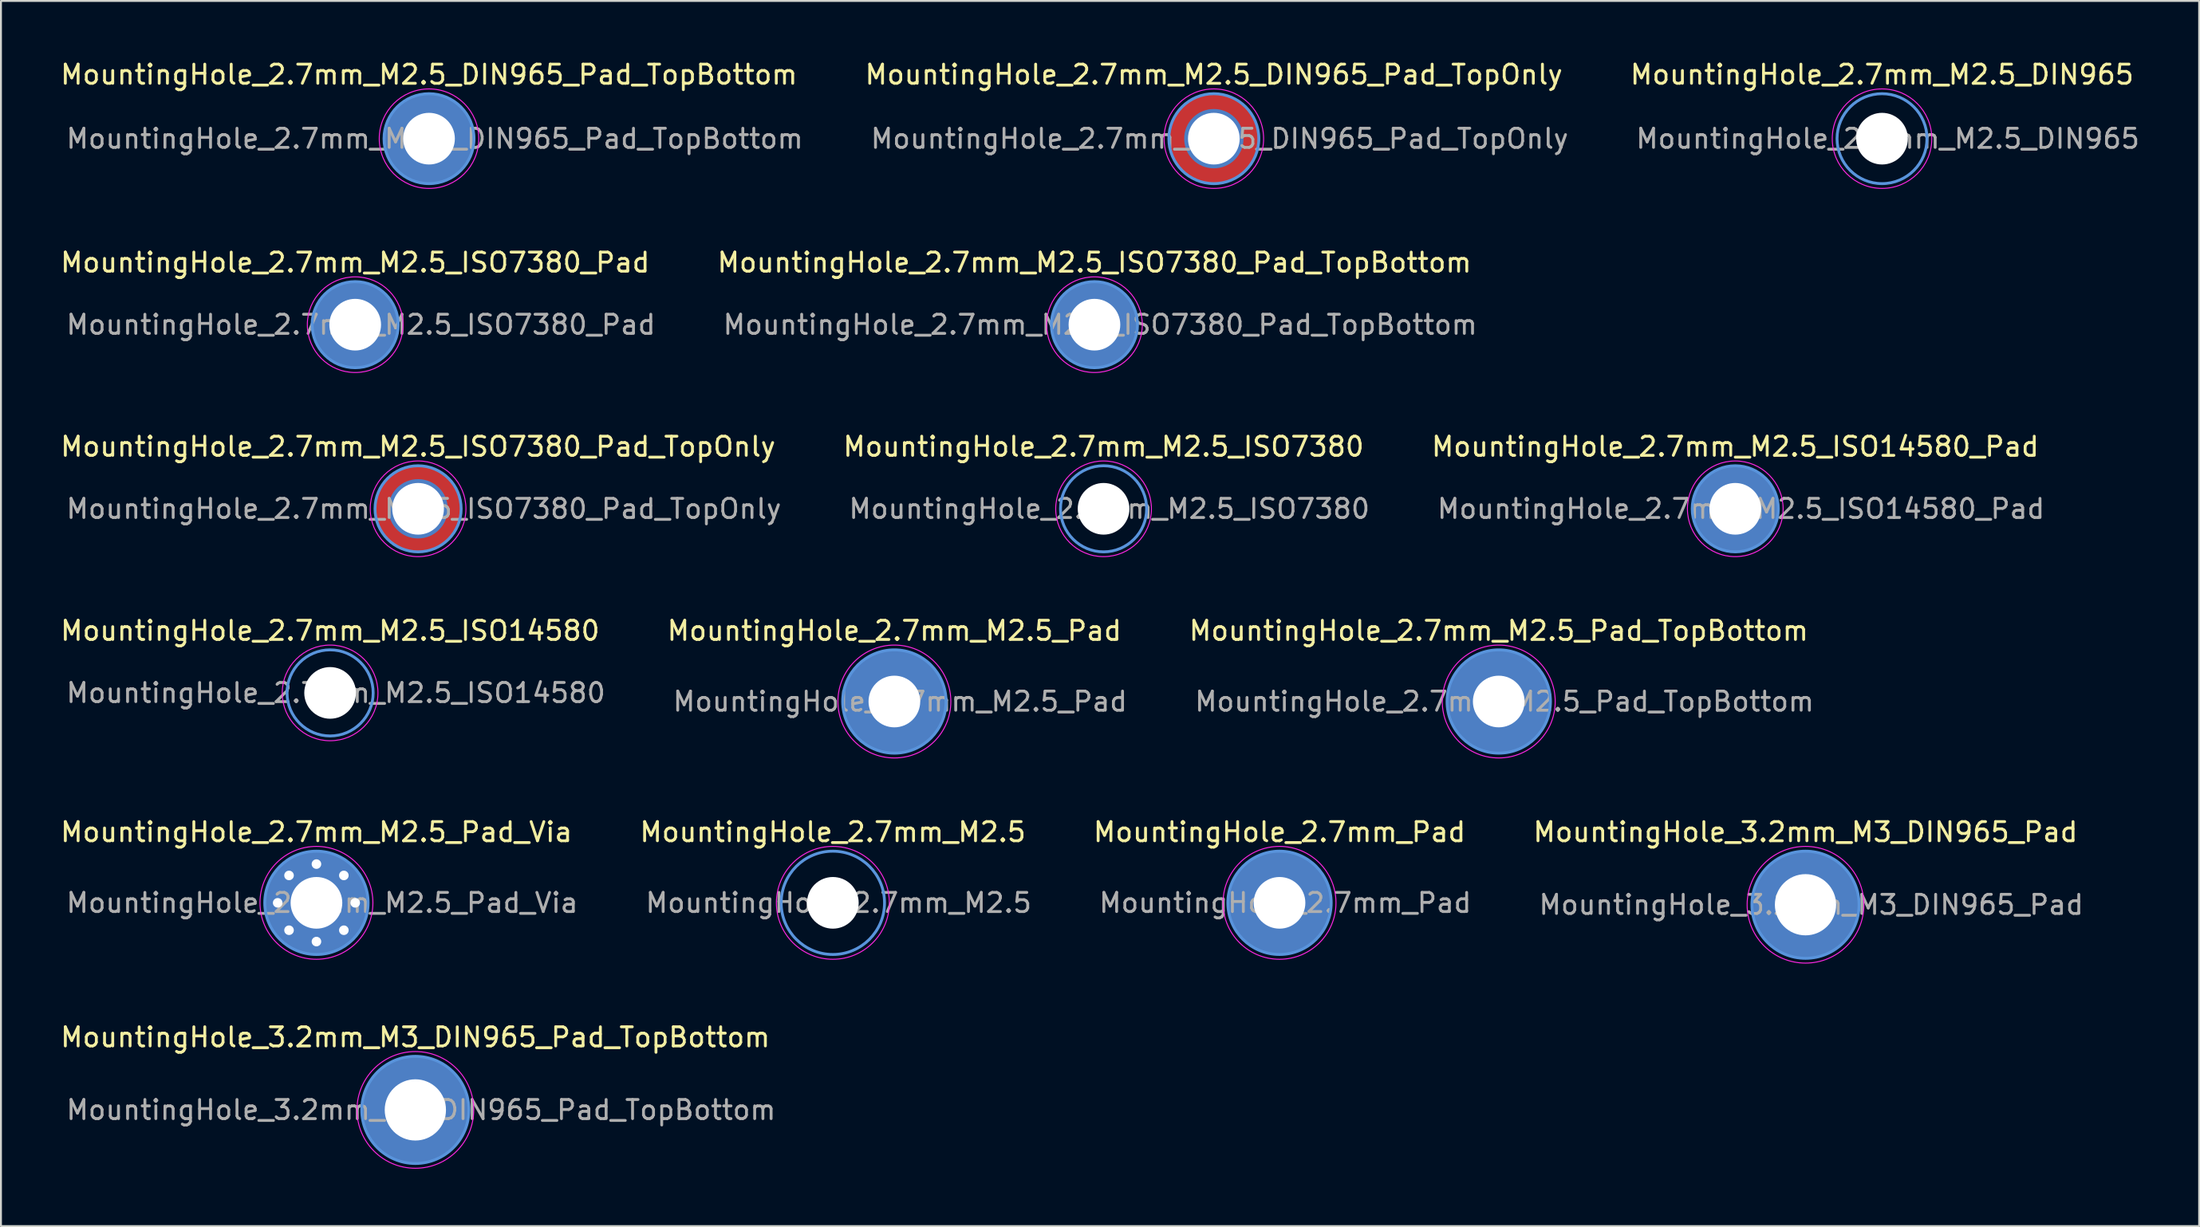
<source format=kicad_pcb>
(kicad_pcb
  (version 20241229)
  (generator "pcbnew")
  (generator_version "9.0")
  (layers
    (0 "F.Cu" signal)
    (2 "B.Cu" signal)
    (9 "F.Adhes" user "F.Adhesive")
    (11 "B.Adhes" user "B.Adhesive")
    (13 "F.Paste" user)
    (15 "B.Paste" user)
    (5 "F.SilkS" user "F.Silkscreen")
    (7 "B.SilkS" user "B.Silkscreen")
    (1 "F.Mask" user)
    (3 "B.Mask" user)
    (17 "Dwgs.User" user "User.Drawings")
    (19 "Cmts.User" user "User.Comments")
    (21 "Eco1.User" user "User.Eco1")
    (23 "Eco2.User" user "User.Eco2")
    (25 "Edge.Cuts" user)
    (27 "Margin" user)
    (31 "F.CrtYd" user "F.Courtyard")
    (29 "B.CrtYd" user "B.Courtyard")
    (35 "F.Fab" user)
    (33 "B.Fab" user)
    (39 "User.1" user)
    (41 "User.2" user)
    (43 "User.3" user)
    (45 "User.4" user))
  (footprint "MountingHole_2.7mm_M2.5_DIN965_Pad_TopOnly"
    (layer "F.Cu")
    (at 60.365 4.198)
    (property "Reference" "MountingHole_2.7mm_M2.5_DIN965_Pad_TopOnly" (at 0 -3.35 0) (layer "F.SilkS") (effects (font (size 1 1) (thickness 0.15))))
    (attr exclude_from_pos_files exclude_from_bom)
    (fp_circle (center 0 0) (end 2.35 0) (stroke (width 0.15) (type solid)) (fill no) (layer "Cmts.User"))
    (fp_circle (center 0 0) (end 2.6 0) (stroke (width 0.05) (type solid)) (fill no) (layer "F.CrtYd"))
    (fp_text user "${REFERENCE}" (at 0.3 0 0) (layer "F.Fab") (effects (font (size 1 1) (thickness 0.15))))
    (pad "1" thru_hole circle (at 0 0) (size 3.1 3.1) (drill 2.7) (layers "*.Cu" "*.Mask"))
    (pad "1" connect circle (at 0 0) (size 4.7 4.7) (layers "F.Cu" "F.Mask")))
  (footprint "MountingHole_2.7mm_M2.5_DIN965_Pad_TopBottom"
    (layer "F.Cu")
    (at 19.363 4.198)
    (property "Reference" "MountingHole_2.7mm_M2.5_DIN965_Pad_TopBottom" (at 0 -3.35 0) (layer "F.SilkS") (effects (font (size 1 1) (thickness 0.15))))
    (attr exclude_from_pos_files exclude_from_bom)
    (fp_circle (center 0 0) (end 2.35 0) (stroke (width 0.15) (type solid)) (fill no) (layer "Cmts.User"))
    (fp_circle (center 0 0) (end 2.6 0) (stroke (width 0.05) (type solid)) (fill no) (layer "F.CrtYd"))
    (fp_text user "${REFERENCE}" (at 0.3 0 0) (layer "F.Fab") (effects (font (size 1 1) (thickness 0.15))))
    (pad "1" thru_hole circle (at 0 0) (size 3.1 3.1) (drill 2.7) (layers "*.Cu" "*.Mask"))
    (pad "1" connect circle (at 0 0) (size 4.7 4.7) (layers "F.Cu" "F.Mask"))
    (pad "1" connect circle (at 0 0) (size 4.7 4.7) (layers "B.Cu" "B.Mask")))
  (footprint "MountingHole_2.7mm_M2.5"
    (layer "F.Cu")
    (at 40.461 44.141)
    (property "Reference" "MountingHole_2.7mm_M2.5" (at 0 -3.7 0) (layer "F.SilkS") (effects (font (size 1 1) (thickness 0.15))))
    (attr exclude_from_pos_files exclude_from_bom)
    (fp_circle (center 0 0) (end 2.7 0) (stroke (width 0.15) (type solid)) (fill no) (layer "Cmts.User"))
    (fp_circle (center 0 0) (end 2.95 0) (stroke (width 0.05) (type solid)) (fill no) (layer "F.CrtYd"))
    (fp_text user "${REFERENCE}" (at 0.3 0 0) (layer "F.Fab") (effects (font (size 1 1) (thickness 0.15))))
    (pad "" np_thru_hole circle (at 0 0) (size 2.7 2.7) (drill 2.7) (layers "*.Cu" "*.Mask")))
  (footprint "MountingHole_3.2mm_M3_DIN965_Pad_TopBottom"
    (layer "F.Cu")
    (at 18.649 54.965)
    (property "Reference" "MountingHole_3.2mm_M3_DIN965_Pad_TopBottom" (at 0 -3.8 0) (layer "F.SilkS") (effects (font (size 1 1) (thickness 0.15))))
    (attr exclude_from_pos_files exclude_from_bom)
    (fp_circle (center 0 0) (end 2.8 0) (stroke (width 0.15) (type solid)) (fill no) (layer "Cmts.User"))
    (fp_circle (center 0 0) (end 3.05 0) (stroke (width 0.05) (type solid)) (fill no) (layer "F.CrtYd"))
    (fp_text user "${REFERENCE}" (at 0.3 0 0) (layer "F.Fab") (effects (font (size 1 1) (thickness 0.15))))
    (pad "1" thru_hole circle (at 0 0) (size 3.6 3.6) (drill 3.2) (layers "*.Cu" "*.Mask"))
    (pad "1" connect circle (at 0 0) (size 5.6 5.6) (layers "F.Cu" "F.Mask"))
    (pad "1" connect circle (at 0 0) (size 5.6 5.6) (layers "B.Cu" "B.Mask")))
  (footprint "MountingHole_2.7mm_M2.5_ISO7380"
    (layer "F.Cu")
    (at 54.604 23.545)
    (property "Reference" "MountingHole_2.7mm_M2.5_ISO7380" (at 0 -3.25 0) (layer "F.SilkS") (effects (font (size 1 1) (thickness 0.15))))
    (attr exclude_from_pos_files exclude_from_bom)
    (fp_circle (center 0 0) (end 2.25 0) (stroke (width 0.15) (type solid)) (fill no) (layer "Cmts.User"))
    (fp_circle (center 0 0) (end 2.5 0) (stroke (width 0.05) (type solid)) (fill no) (layer "F.CrtYd"))
    (fp_text user "${REFERENCE}" (at 0.3 0 0) (layer "F.Fab") (effects (font (size 1 1) (thickness 0.15))))
    (pad "" np_thru_hole circle (at 0 0) (size 2.7 2.7) (drill 2.7) (layers "*.Cu" "*.Mask")))
  (footprint "MountingHole_2.7mm_Pad"
    (layer "F.Cu")
    (at 63.796 44.141)
    (property "Reference" "MountingHole_2.7mm_Pad" (at 0 -3.7 0) (layer "F.SilkS") (effects (font (size 1 1) (thickness 0.15))))
    (attr exclude_from_pos_files exclude_from_bom)
    (fp_circle (center 0 0) (end 2.7 0) (stroke (width 0.15) (type solid)) (fill no) (layer "Cmts.User"))
    (fp_circle (center 0 0) (end 2.95 0) (stroke (width 0.05) (type solid)) (fill no) (layer "F.CrtYd"))
    (fp_text user "${REFERENCE}" (at 0.3 0 0) (layer "F.Fab") (effects (font (size 1 1) (thickness 0.15))))
    (pad "1" thru_hole circle (at 0 0) (size 5.4 5.4) (drill 2.7) (layers "*.Cu" "*.Mask")))
  (footprint "MountingHole_2.7mm_M2.5_ISO7380_Pad_TopOnly"
    (layer "F.Cu")
    (at 18.792 23.545)
    (property "Reference" "MountingHole_2.7mm_M2.5_ISO7380_Pad_TopOnly" (at 0 -3.25 0) (layer "F.SilkS") (effects (font (size 1 1) (thickness 0.15))))
    (attr exclude_from_pos_files exclude_from_bom)
    (fp_circle (center 0 0) (end 2.25 0) (stroke (width 0.15) (type solid)) (fill no) (layer "Cmts.User"))
    (fp_circle (center 0 0) (end 2.5 0) (stroke (width 0.05) (type solid)) (fill no) (layer "F.CrtYd"))
    (fp_text user "${REFERENCE}" (at 0.3 0 0) (layer "F.Fab") (effects (font (size 1 1) (thickness 0.15))))
    (pad "1" thru_hole circle (at 0 0) (size 3.1 3.1) (drill 2.7) (layers "*.Cu" "*.Mask"))
    (pad "1" connect circle (at 0 0) (size 4.5 4.5) (layers "F.Cu" "F.Mask")))
  (footprint "MountingHole_2.7mm_M2.5_Pad_Via"
    (layer "F.Cu")
    (at 13.482 44.141)
    (property "Reference" "MountingHole_2.7mm_M2.5_Pad_Via" (at 0 -3.7 0) (layer "F.SilkS") (effects (font (size 1 1) (thickness 0.15))))
    (attr exclude_from_pos_files exclude_from_bom)
    (fp_circle (center 0 0) (end 2.7 0) (stroke (width 0.15) (type solid)) (fill no) (layer "Cmts.User"))
    (fp_circle (center 0 0) (end 2.95 0) (stroke (width 0.05) (type solid)) (fill no) (layer "F.CrtYd"))
    (fp_text user "${REFERENCE}" (at 0.3 0 0) (layer "F.Fab") (effects (font (size 1 1) (thickness 0.15))))
    (pad "1" thru_hole circle (at -2.025 0) (size 0.8 0.8) (drill 0.5) (layers "*.Cu" "*.Mask"))
    (pad "1" thru_hole circle (at -1.432 -1.432) (size 0.8 0.8) (drill 0.5) (layers "*.Cu" "*.Mask"))
    (pad "1" thru_hole circle (at -1.432 1.432) (size 0.8 0.8) (drill 0.5) (layers "*.Cu" "*.Mask"))
    (pad "1" thru_hole circle (at 0 -2.025) (size 0.8 0.8) (drill 0.5) (layers "*.Cu" "*.Mask"))
    (pad "1" thru_hole circle (at 0 0) (size 5.4 5.4) (drill 2.7) (layers "*.Cu" "*.Mask"))
    (pad "1" thru_hole circle (at 0 2.025) (size 0.8 0.8) (drill 0.5) (layers "*.Cu" "*.Mask"))
    (pad "1" thru_hole circle (at 1.432 -1.432) (size 0.8 0.8) (drill 0.5) (layers "*.Cu" "*.Mask"))
    (pad "1" thru_hole circle (at 1.432 1.432) (size 0.8 0.8) (drill 0.5) (layers "*.Cu" "*.Mask"))
    (pad "1" thru_hole circle (at 2.025 0) (size 0.8 0.8) (drill 0.5) (layers "*.Cu" "*.Mask")))
  (footprint "MountingHole_2.7mm_M2.5_ISO14580_Pad"
    (layer "F.Cu")
    (at 87.606 23.545)
    (property "Reference" "MountingHole_2.7mm_M2.5_ISO14580_Pad" (at 0 -3.25 0) (layer "F.SilkS") (effects (font (size 1 1) (thickness 0.15))))
    (attr exclude_from_pos_files exclude_from_bom)
    (fp_circle (center 0 0) (end 2.25 0) (stroke (width 0.15) (type solid)) (fill no) (layer "Cmts.User"))
    (fp_circle (center 0 0) (end 2.5 0) (stroke (width 0.05) (type solid)) (fill no) (layer "F.CrtYd"))
    (fp_text user "${REFERENCE}" (at 0.3 0 0) (layer "F.Fab") (effects (font (size 1 1) (thickness 0.15))))
    (pad "1" thru_hole circle (at 0 0) (size 4.5 4.5) (drill 2.7) (layers "*.Cu" "*.Mask")))
  (footprint "MountingHole_2.7mm_M2.5_Pad_TopBottom"
    (layer "F.Cu")
    (at 75.249 33.618)
    (property "Reference" "MountingHole_2.7mm_M2.5_Pad_TopBottom" (at 0 -3.7 0) (layer "F.SilkS") (effects (font (size 1 1) (thickness 0.15))))
    (attr exclude_from_pos_files exclude_from_bom)
    (fp_circle (center 0 0) (end 2.7 0) (stroke (width 0.15) (type solid)) (fill no) (layer "Cmts.User"))
    (fp_circle (center 0 0) (end 2.95 0) (stroke (width 0.05) (type solid)) (fill no) (layer "F.CrtYd"))
    (fp_text user "${REFERENCE}" (at 0.3 0 0) (layer "F.Fab") (effects (font (size 1 1) (thickness 0.15))))
    (pad "1" thru_hole circle (at 0 0) (size 3.1 3.1) (drill 2.7) (layers "*.Cu" "*.Mask"))
    (pad "1" connect circle (at 0 0) (size 5.4 5.4) (layers "F.Cu" "F.Mask"))
    (pad "1" connect circle (at 0 0) (size 5.4 5.4) (layers "B.Cu" "B.Mask")))
  (footprint "MountingHole_3.2mm_M3_DIN965_Pad"
    (layer "F.Cu")
    (at 91.275 44.241)
    (property "Reference" "MountingHole_3.2mm_M3_DIN965_Pad" (at 0 -3.8 0) (layer "F.SilkS") (effects (font (size 1 1) (thickness 0.15))))
    (attr exclude_from_pos_files exclude_from_bom)
    (fp_circle (center 0 0) (end 2.8 0) (stroke (width 0.15) (type solid)) (fill no) (layer "Cmts.User"))
    (fp_circle (center 0 0) (end 3.05 0) (stroke (width 0.05) (type solid)) (fill no) (layer "F.CrtYd"))
    (fp_text user "${REFERENCE}" (at 0.3 0 0) (layer "F.Fab") (effects (font (size 1 1) (thickness 0.15))))
    (pad "1" thru_hole circle (at 0 0) (size 5.6 5.6) (drill 3.2) (layers "*.Cu" "*.Mask")))
  (footprint "MountingHole_2.7mm_M2.5_ISO14580"
    (layer "F.Cu")
    (at 14.196 33.168)
    (property "Reference" "MountingHole_2.7mm_M2.5_ISO14580" (at 0 -3.25 0) (layer "F.SilkS") (effects (font (size 1 1) (thickness 0.15))))
    (attr exclude_from_pos_files exclude_from_bom)
    (fp_circle (center 0 0) (end 2.25 0) (stroke (width 0.15) (type solid)) (fill no) (layer "Cmts.User"))
    (fp_circle (center 0 0) (end 2.5 0) (stroke (width 0.05) (type solid)) (fill no) (layer "F.CrtYd"))
    (fp_text user "${REFERENCE}" (at 0.3 0 0) (layer "F.Fab") (effects (font (size 1 1) (thickness 0.15))))
    (pad "" np_thru_hole circle (at 0 0) (size 2.7 2.7) (drill 2.7) (layers "*.Cu" "*.Mask")))
  (footprint "MountingHole_2.7mm_M2.5_ISO7380_Pad"
    (layer "F.Cu")
    (at 15.506 13.921)
    (property "Reference" "MountingHole_2.7mm_M2.5_ISO7380_Pad" (at 0 -3.25 0) (layer "F.SilkS") (effects (font (size 1 1) (thickness 0.15))))
    (attr exclude_from_pos_files exclude_from_bom)
    (fp_circle (center 0 0) (end 2.25 0) (stroke (width 0.15) (type solid)) (fill no) (layer "Cmts.User"))
    (fp_circle (center 0 0) (end 2.5 0) (stroke (width 0.05) (type solid)) (fill no) (layer "F.CrtYd"))
    (fp_text user "${REFERENCE}" (at 0.3 0 0) (layer "F.Fab") (effects (font (size 1 1) (thickness 0.15))))
    (pad "1" thru_hole circle (at 0 0) (size 4.5 4.5) (drill 2.7) (layers "*.Cu" "*.Mask")))
  (footprint "MountingHole_2.7mm_M2.5_Pad"
    (layer "F.Cu")
    (at 43.675 33.618)
    (property "Reference" "MountingHole_2.7mm_M2.5_Pad" (at 0 -3.7 0) (layer "F.SilkS") (effects (font (size 1 1) (thickness 0.15))))
    (attr exclude_from_pos_files exclude_from_bom)
    (fp_circle (center 0 0) (end 2.7 0) (stroke (width 0.15) (type solid)) (fill no) (layer "Cmts.User"))
    (fp_circle (center 0 0) (end 2.95 0) (stroke (width 0.05) (type solid)) (fill no) (layer "F.CrtYd"))
    (fp_text user "${REFERENCE}" (at 0.3 0 0) (layer "F.Fab") (effects (font (size 1 1) (thickness 0.15))))
    (pad "1" thru_hole circle (at 0 0) (size 5.4 5.4) (drill 2.7) (layers "*.Cu" "*.Mask")))
  (footprint "MountingHole_2.7mm_M2.5_ISO7380_Pad_TopBottom"
    (layer "F.Cu")
    (at 54.127 13.921)
    (property "Reference" "MountingHole_2.7mm_M2.5_ISO7380_Pad_TopBottom" (at 0 -3.25 0) (layer "F.SilkS") (effects (font (size 1 1) (thickness 0.15))))
    (attr exclude_from_pos_files exclude_from_bom)
    (fp_circle (center 0 0) (end 2.25 0) (stroke (width 0.15) (type solid)) (fill no) (layer "Cmts.User"))
    (fp_circle (center 0 0) (end 2.5 0) (stroke (width 0.05) (type solid)) (fill no) (layer "F.CrtYd"))
    (fp_text user "${REFERENCE}" (at 0.3 0 0) (layer "F.Fab") (effects (font (size 1 1) (thickness 0.15))))
    (pad "1" thru_hole circle (at 0 0) (size 3.1 3.1) (drill 2.7) (layers "*.Cu" "*.Mask"))
    (pad "1" connect circle (at 0 0) (size 4.5 4.5) (layers "F.Cu" "F.Mask"))
    (pad "1" connect circle (at 0 0) (size 4.5 4.5) (layers "B.Cu" "B.Mask")))
  (footprint "MountingHole_2.7mm_M2.5_DIN965"
    (layer "F.Cu")
    (at 95.273 4.198)
    (property "Reference" "MountingHole_2.7mm_M2.5_DIN965" (at 0 -3.35 0) (layer "F.SilkS") (effects (font (size 1 1) (thickness 0.15))))
    (attr exclude_from_pos_files exclude_from_bom)
    (fp_circle (center 0 0) (end 2.35 0) (stroke (width 0.15) (type solid)) (fill no) (layer "Cmts.User"))
    (fp_circle (center 0 0) (end 2.6 0) (stroke (width 0.05) (type solid)) (fill no) (layer "F.CrtYd"))
    (fp_text user "${REFERENCE}" (at 0.3 0 0) (layer "F.Fab") (effects (font (size 1 1) (thickness 0.15))))
    (pad "" np_thru_hole circle (at 0 0) (size 2.7 2.7) (drill 2.7) (layers "*.Cu" "*.Mask")))
  (gr_rect
    (start -3 -3)
    (end 111.84 61.039)
    (stroke (width 0.1) (type default))
    (fill no)
    (layer "Edge.Cuts")))
</source>
